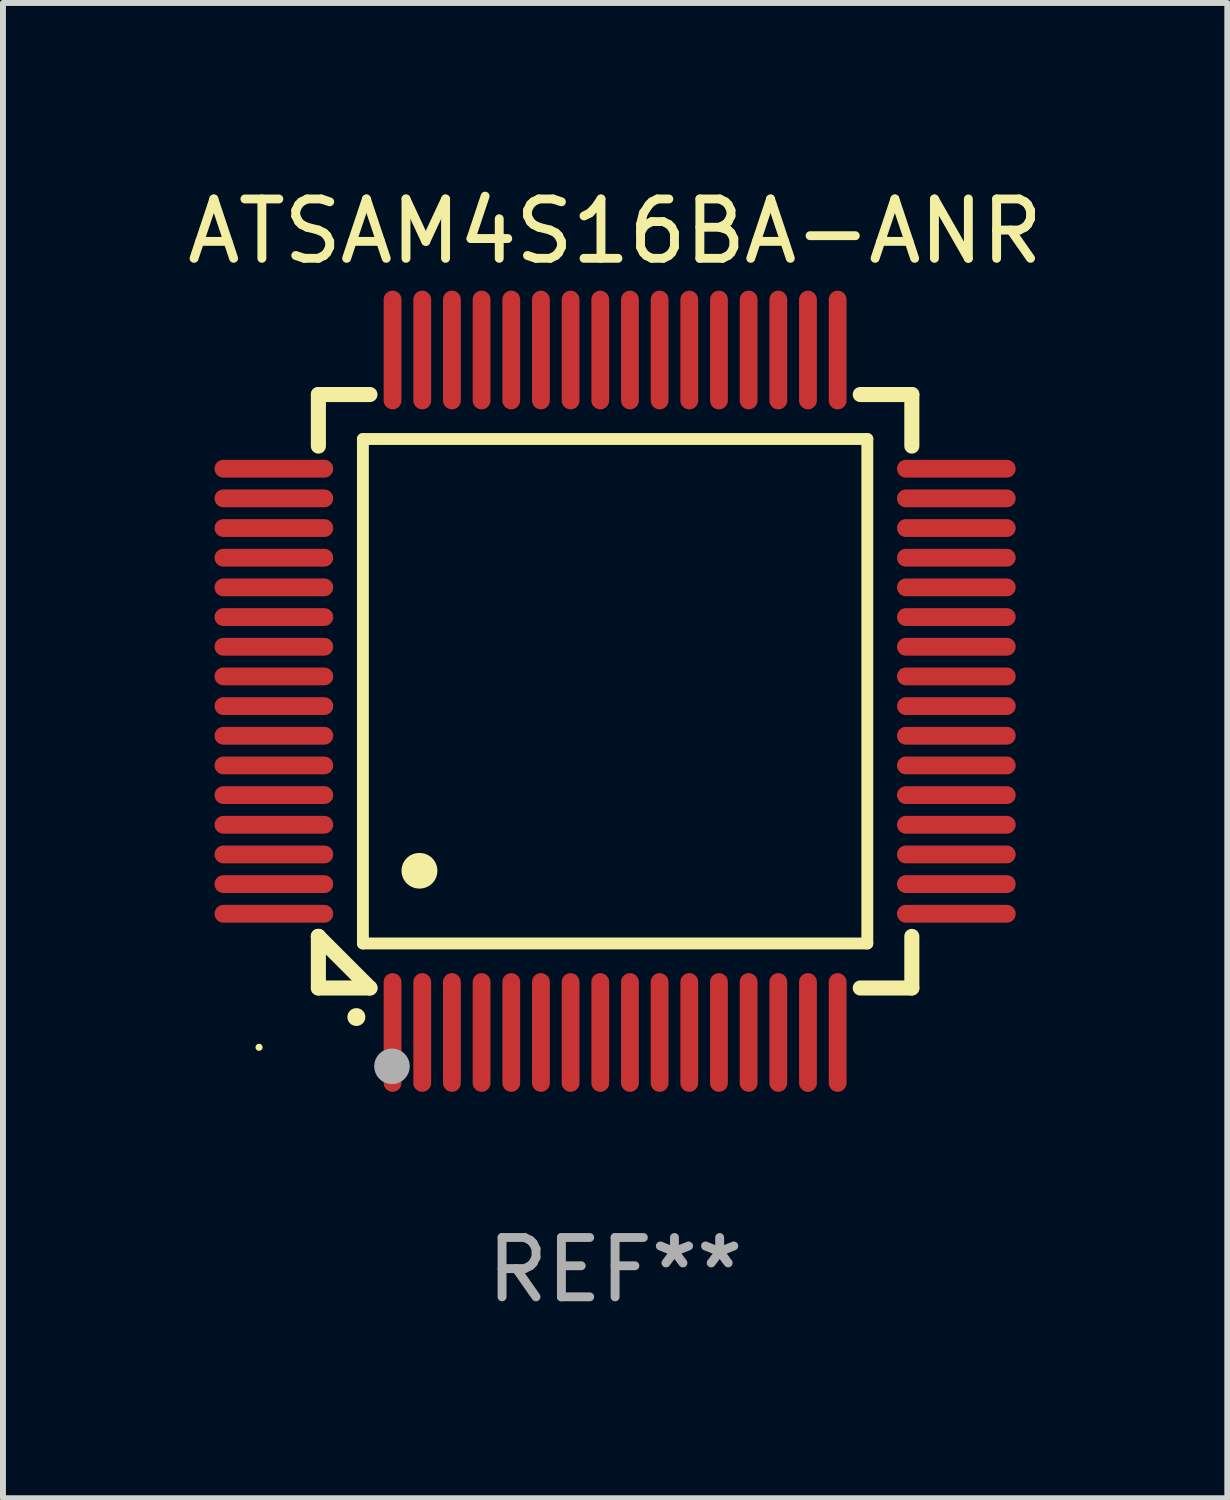
<source format=kicad_pcb>
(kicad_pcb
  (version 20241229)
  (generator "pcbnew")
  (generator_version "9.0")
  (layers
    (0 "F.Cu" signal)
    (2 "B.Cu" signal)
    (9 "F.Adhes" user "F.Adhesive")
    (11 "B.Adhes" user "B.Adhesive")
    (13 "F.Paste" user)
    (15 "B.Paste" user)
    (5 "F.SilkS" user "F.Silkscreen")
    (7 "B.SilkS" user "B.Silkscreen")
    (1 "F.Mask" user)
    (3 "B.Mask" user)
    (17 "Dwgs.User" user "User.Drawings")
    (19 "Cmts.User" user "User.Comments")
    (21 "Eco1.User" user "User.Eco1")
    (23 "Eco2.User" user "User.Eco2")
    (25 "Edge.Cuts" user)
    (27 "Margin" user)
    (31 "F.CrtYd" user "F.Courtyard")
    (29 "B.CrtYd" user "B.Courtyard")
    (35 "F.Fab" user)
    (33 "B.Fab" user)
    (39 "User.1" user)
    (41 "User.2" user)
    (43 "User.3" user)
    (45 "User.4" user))
  (footprint "ATSAM4S16BA-ANR"
    (layer "F.Cu")
    (at 7.315 8.598)
    (property "Reference" "ATSAM4S16BA-ANR" (at 0 -7.75 0) (layer "F.SilkS") (effects (font (size 1 1) (thickness 0.15))))
    (attr through_hole)
    (fp_line (start -5 -5) (end -4.131 -5) (stroke (width 0.254) (type solid)) (layer "F.SilkS"))
    (fp_line (start -5 -4.131) (end -5 -5) (stroke (width 0.254) (type solid)) (layer "F.SilkS"))
    (fp_line (start -5 4.131) (end -5 4.131) (stroke (width 0.254) (type solid)) (layer "F.SilkS"))
    (fp_line (start -5 5) (end -5 4.131) (stroke (width 0.254) (type solid)) (layer "F.SilkS"))
    (fp_line (start -5 4.131) (end -4.131 5) (stroke (width 0.254) (type solid)) (layer "F.SilkS"))
    (fp_line (start -4.25 -4.25) (end -4.25 4.25) (stroke (width 0.2) (type solid)) (layer "F.SilkS"))
    (fp_line (start -4.25 4.25) (end 4.25 4.25) (stroke (width 0.2) (type solid)) (layer "F.SilkS"))
    (fp_line (start -4.131 5) (end -5 5) (stroke (width 0.254) (type solid)) (layer "F.SilkS"))
    (fp_line (start 4.25 -4.25) (end -4.25 -4.25) (stroke (width 0.2) (type solid)) (layer "F.SilkS"))
    (fp_line (start 4.25 4.25) (end 4.25 -4.25) (stroke (width 0.2) (type solid)) (layer "F.SilkS"))
    (fp_line (start 5 -5) (end 4.131 -5) (stroke (width 0.254) (type solid)) (layer "F.SilkS"))
    (fp_line (start 5 -5) (end 5 -4.131) (stroke (width 0.254) (type solid)) (layer "F.SilkS"))
    (fp_line (start 5 4.131) (end 5 5) (stroke (width 0.254) (type solid)) (layer "F.SilkS"))
    (fp_line (start 5 5) (end 4.131 5) (stroke (width 0.254) (type solid)) (layer "F.SilkS"))
    (fp_arc (start -4.361265 5.489992) (mid -4.359995 5.489987) (end -4.358725 5.489992) (stroke (width 0.3) (type solid)) (layer "F.SilkS"))
    (fp_arc (start -3.299467 3.025146) (mid -3.296927 3.025135) (end -3.294387 3.025146) (stroke (width 0.6) (type solid)) (layer "F.SilkS"))
    (fp_circle (center -6 6) (end -5.97 6) (stroke (width 0.06) (type solid)) (fill no) (layer "F.SilkS"))
    (fp_circle (center -3.76 6.32) (end -3.61 6.32) (stroke (width 0.3) (type solid)) (fill no) (layer "F.Fab"))
    (fp_text user "REF**" (at 0 9.75 0) (layer "F.Fab") (effects (font (size 1 1) (thickness 0.15))))
    (pad "1" smd oval (at -3.75 5.75) (size 0.3 2) (layers "F.Cu" "F.Mask" "F.Paste"))
    (pad "2" smd oval (at -3.25 5.75) (size 0.3 2) (layers "F.Cu" "F.Mask" "F.Paste"))
    (pad "3" smd oval (at -2.75 5.75) (size 0.3 2) (layers "F.Cu" "F.Mask" "F.Paste"))
    (pad "4" smd oval (at -2.25 5.75) (size 0.3 2) (layers "F.Cu" "F.Mask" "F.Paste"))
    (pad "5" smd oval (at -1.75 5.75) (size 0.3 2) (layers "F.Cu" "F.Mask" "F.Paste"))
    (pad "6" smd oval (at -1.25 5.75) (size 0.3 2) (layers "F.Cu" "F.Mask" "F.Paste"))
    (pad "7" smd oval (at -0.75 5.75) (size 0.3 2) (layers "F.Cu" "F.Mask" "F.Paste"))
    (pad "8" smd oval (at -0.25 5.75) (size 0.3 2) (layers "F.Cu" "F.Mask" "F.Paste"))
    (pad "9" smd oval (at 0.25 5.75) (size 0.3 2) (layers "F.Cu" "F.Mask" "F.Paste"))
    (pad "10" smd oval (at 0.75 5.75) (size 0.3 2) (layers "F.Cu" "F.Mask" "F.Paste"))
    (pad "11" smd oval (at 1.25 5.75) (size 0.3 2) (layers "F.Cu" "F.Mask" "F.Paste"))
    (pad "12" smd oval (at 1.75 5.75) (size 0.3 2) (layers "F.Cu" "F.Mask" "F.Paste"))
    (pad "13" smd oval (at 2.25 5.75) (size 0.3 2) (layers "F.Cu" "F.Mask" "F.Paste"))
    (pad "14" smd oval (at 2.75 5.75) (size 0.3 2) (layers "F.Cu" "F.Mask" "F.Paste"))
    (pad "15" smd oval (at 3.25 5.75) (size 0.3 2) (layers "F.Cu" "F.Mask" "F.Paste"))
    (pad "16" smd oval (at 3.75 5.75) (size 0.3 2) (layers "F.Cu" "F.Mask" "F.Paste"))
    (pad "17" smd oval (at 5.75 3.75) (size 2 0.3) (layers "F.Cu" "F.Mask" "F.Paste"))
    (pad "18" smd oval (at 5.75 3.25) (size 2 0.3) (layers "F.Cu" "F.Mask" "F.Paste"))
    (pad "19" smd oval (at 5.75 2.75) (size 2 0.3) (layers "F.Cu" "F.Mask" "F.Paste"))
    (pad "20" smd oval (at 5.75 2.25) (size 2 0.3) (layers "F.Cu" "F.Mask" "F.Paste"))
    (pad "21" smd oval (at 5.75 1.75) (size 2 0.3) (layers "F.Cu" "F.Mask" "F.Paste"))
    (pad "22" smd oval (at 5.75 1.25) (size 2 0.3) (layers "F.Cu" "F.Mask" "F.Paste"))
    (pad "23" smd oval (at 5.75 0.75) (size 2 0.3) (layers "F.Cu" "F.Mask" "F.Paste"))
    (pad "24" smd oval (at 5.75 0.25) (size 2 0.3) (layers "F.Cu" "F.Mask" "F.Paste"))
    (pad "25" smd oval (at 5.75 -0.25) (size 2 0.3) (layers "F.Cu" "F.Mask" "F.Paste"))
    (pad "26" smd oval (at 5.75 -0.75) (size 2 0.3) (layers "F.Cu" "F.Mask" "F.Paste"))
    (pad "27" smd oval (at 5.75 -1.25) (size 2 0.3) (layers "F.Cu" "F.Mask" "F.Paste"))
    (pad "28" smd oval (at 5.75 -1.75) (size 2 0.3) (layers "F.Cu" "F.Mask" "F.Paste"))
    (pad "29" smd oval (at 5.75 -2.25) (size 2 0.3) (layers "F.Cu" "F.Mask" "F.Paste"))
    (pad "30" smd oval (at 5.75 -2.75) (size 2 0.3) (layers "F.Cu" "F.Mask" "F.Paste"))
    (pad "31" smd oval (at 5.75 -3.25) (size 2 0.3) (layers "F.Cu" "F.Mask" "F.Paste"))
    (pad "32" smd oval (at 5.75 -3.75) (size 2 0.3) (layers "F.Cu" "F.Mask" "F.Paste"))
    (pad "33" smd oval (at 3.75 -5.75) (size 0.3 2) (layers "F.Cu" "F.Mask" "F.Paste"))
    (pad "34" smd oval (at 3.25 -5.75) (size 0.3 2) (layers "F.Cu" "F.Mask" "F.Paste"))
    (pad "35" smd oval (at 2.75 -5.75) (size 0.3 2) (layers "F.Cu" "F.Mask" "F.Paste"))
    (pad "36" smd oval (at 2.25 -5.75) (size 0.3 2) (layers "F.Cu" "F.Mask" "F.Paste"))
    (pad "37" smd oval (at 1.75 -5.75) (size 0.3 2) (layers "F.Cu" "F.Mask" "F.Paste"))
    (pad "38" smd oval (at 1.25 -5.75) (size 0.3 2) (layers "F.Cu" "F.Mask" "F.Paste"))
    (pad "39" smd oval (at 0.75 -5.75) (size 0.3 2) (layers "F.Cu" "F.Mask" "F.Paste"))
    (pad "40" smd oval (at 0.25 -5.75) (size 0.3 2) (layers "F.Cu" "F.Mask" "F.Paste"))
    (pad "41" smd oval (at -0.25 -5.75) (size 0.3 2) (layers "F.Cu" "F.Mask" "F.Paste"))
    (pad "42" smd oval (at -0.75 -5.75) (size 0.3 2) (layers "F.Cu" "F.Mask" "F.Paste"))
    (pad "43" smd oval (at -1.25 -5.75) (size 0.3 2) (layers "F.Cu" "F.Mask" "F.Paste"))
    (pad "44" smd oval (at -1.75 -5.75) (size 0.3 2) (layers "F.Cu" "F.Mask" "F.Paste"))
    (pad "45" smd oval (at -2.25 -5.75) (size 0.3 2) (layers "F.Cu" "F.Mask" "F.Paste"))
    (pad "46" smd oval (at -2.75 -5.75) (size 0.3 2) (layers "F.Cu" "F.Mask" "F.Paste"))
    (pad "47" smd oval (at -3.25 -5.75) (size 0.3 2) (layers "F.Cu" "F.Mask" "F.Paste"))
    (pad "48" smd oval (at -3.75 -5.75) (size 0.3 2) (layers "F.Cu" "F.Mask" "F.Paste"))
    (pad "49" smd oval (at -5.75 -3.75) (size 2 0.3) (layers "F.Cu" "F.Mask" "F.Paste"))
    (pad "50" smd oval (at -5.75 -3.25) (size 2 0.3) (layers "F.Cu" "F.Mask" "F.Paste"))
    (pad "51" smd oval (at -5.75 -2.75) (size 2 0.3) (layers "F.Cu" "F.Mask" "F.Paste"))
    (pad "52" smd oval (at -5.75 -2.25) (size 2 0.3) (layers "F.Cu" "F.Mask" "F.Paste"))
    (pad "53" smd oval (at -5.75 -1.75) (size 2 0.3) (layers "F.Cu" "F.Mask" "F.Paste"))
    (pad "54" smd oval (at -5.75 -1.25) (size 2 0.3) (layers "F.Cu" "F.Mask" "F.Paste"))
    (pad "55" smd oval (at -5.75 -0.75) (size 2 0.3) (layers "F.Cu" "F.Mask" "F.Paste"))
    (pad "56" smd oval (at -5.75 -0.25) (size 2 0.3) (layers "F.Cu" "F.Mask" "F.Paste"))
    (pad "57" smd oval (at -5.75 0.25) (size 2 0.3) (layers "F.Cu" "F.Mask" "F.Paste"))
    (pad "58" smd oval (at -5.75 0.75) (size 2 0.3) (layers "F.Cu" "F.Mask" "F.Paste"))
    (pad "59" smd oval (at -5.75 1.25) (size 2 0.3) (layers "F.Cu" "F.Mask" "F.Paste"))
    (pad "60" smd oval (at -5.75 1.75) (size 2 0.3) (layers "F.Cu" "F.Mask" "F.Paste"))
    (pad "61" smd oval (at -5.75 2.25) (size 2 0.3) (layers "F.Cu" "F.Mask" "F.Paste"))
    (pad "62" smd oval (at -5.75 2.75) (size 2 0.3) (layers "F.Cu" "F.Mask" "F.Paste"))
    (pad "63" smd oval (at -5.75 3.25) (size 2 0.3) (layers "F.Cu" "F.Mask" "F.Paste"))
    (pad "64" smd oval (at -5.75 3.75) (size 2 0.3) (layers "F.Cu" "F.Mask" "F.Paste")))
  (gr_rect
    (start -3 -3)
    (end 17.631 22.196)
    (stroke (width 0.1) (type default))
    (fill no)
    (layer "Edge.Cuts")))
</source>
